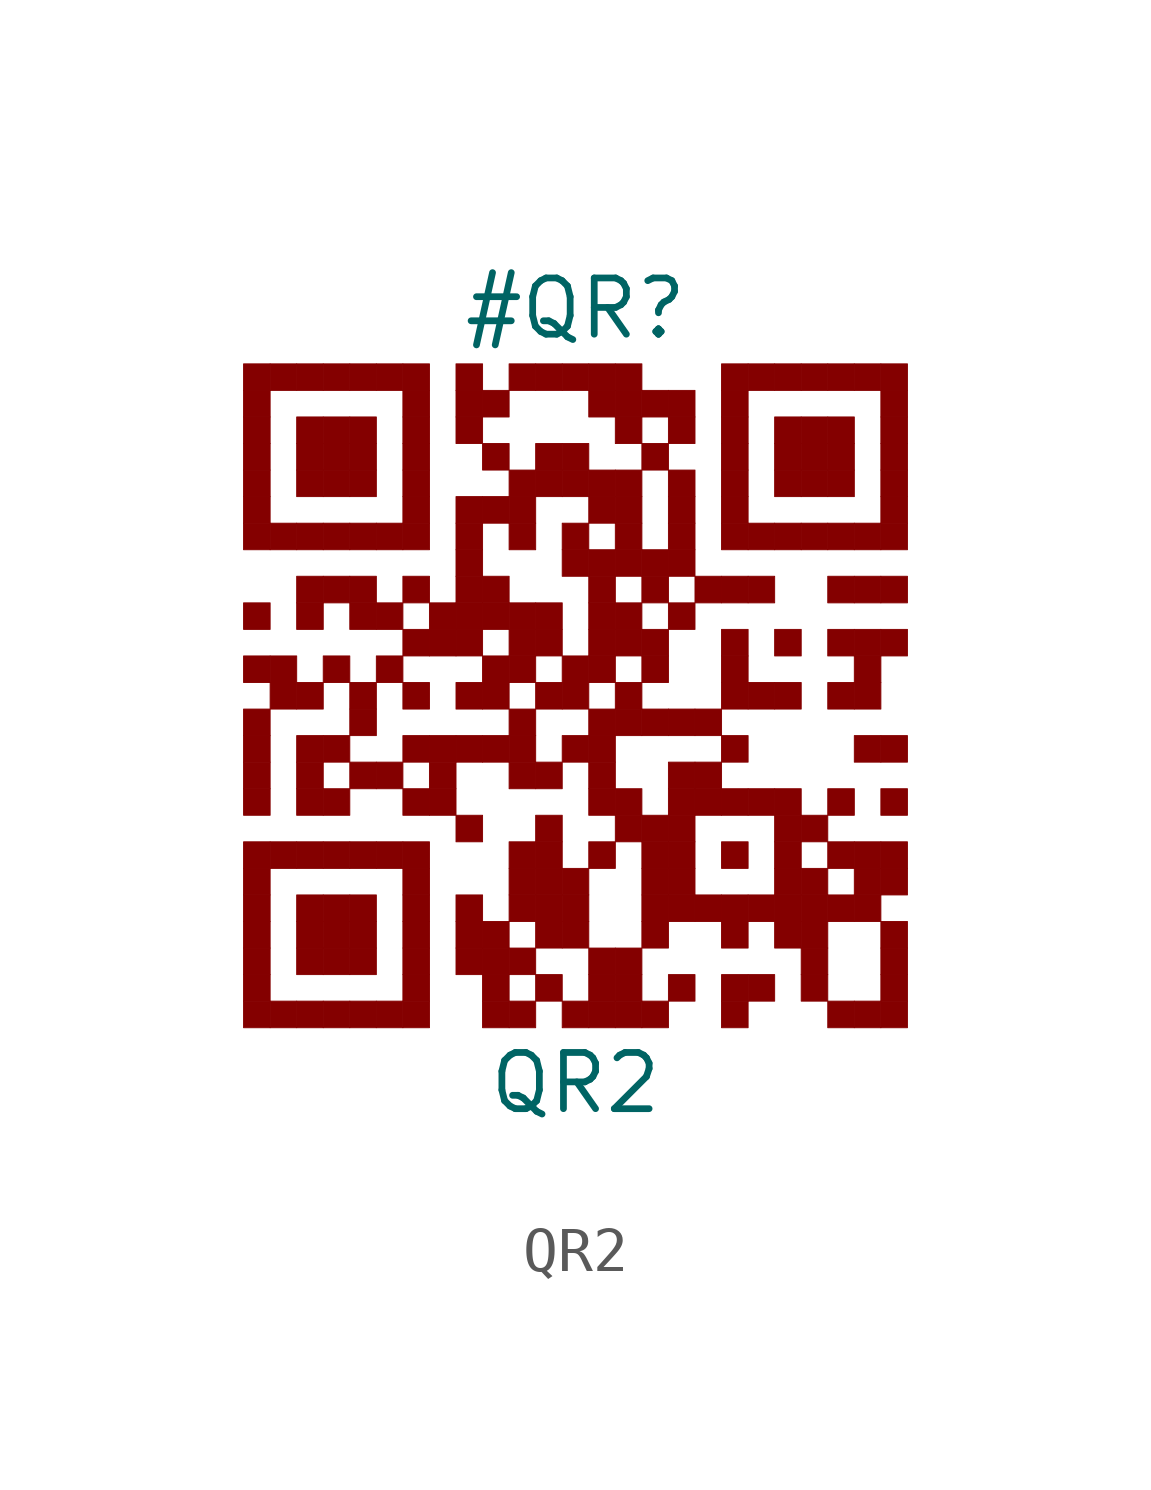
<source format=kicad_sym>
(kicad_symbol_lib
  (version 20241209)
  (generator "kicad_symbol_editor")
  (generator_version "9.0")
  (symbol "QR2"
    (pin_numbers
      (hide yes))
    (pin_names
      (hide yes))
    (property "Reference" "#QR"
      (at 0 8.75 0)
      (effects (font (size 1.27 1.27))))
    (property "Value" "QR2"
      (at 0 -8.75 0)
      (effects (font (size 1.27 1.27))))
    (symbol "QR2_1_1"
      (rectangle (start -7.5 7.5) (end -6.9 6.9) (stroke (width 0.001) (type default)) (fill (type outline)))
      (rectangle (start -7.5 6.9) (end -6.9 6.3) (stroke (width 0.001) (type default)) (fill (type outline)))
      (rectangle (start -7.5 6.3) (end -6.9 5.7) (stroke (width 0.001) (type default)) (fill (type outline)))
      (rectangle (start -7.5 5.7) (end -6.9 5.1) (stroke (width 0.001) (type default)) (fill (type outline)))
      (rectangle (start -7.5 5.1) (end -6.9 4.5) (stroke (width 0.001) (type default)) (fill (type outline)))
      (rectangle (start -7.5 4.5) (end -6.9 3.9) (stroke (width 0.001) (type default)) (fill (type outline)))
      (rectangle (start -7.5 3.9) (end -6.9 3.3) (stroke (width 0.001) (type default)) (fill (type outline)))
      (rectangle (start -7.5 2.1) (end -6.9 1.5) (stroke (width 0.001) (type default)) (fill (type outline)))
      (rectangle (start -7.5 0.9) (end -6.9 0.3) (stroke (width 0.001) (type default)) (fill (type outline)))
      (rectangle (start -7.5 -0.3) (end -6.9 -0.9) (stroke (width 0.001) (type default)) (fill (type outline)))
      (rectangle (start -7.5 -0.9) (end -6.9 -1.5) (stroke (width 0.001) (type default)) (fill (type outline)))
      (rectangle (start -7.5 -1.5) (end -6.9 -2.1) (stroke (width 0.001) (type default)) (fill (type outline)))
      (rectangle (start -7.5 -2.1) (end -6.9 -2.7) (stroke (width 0.001) (type default)) (fill (type outline)))
      (rectangle (start -7.5 -3.3) (end -6.9 -3.9) (stroke (width 0.001) (type default)) (fill (type outline)))
      (rectangle (start -7.5 -3.9) (end -6.9 -4.5) (stroke (width 0.001) (type default)) (fill (type outline)))
      (rectangle (start -7.5 -4.5) (end -6.9 -5.1) (stroke (width 0.001) (type default)) (fill (type outline)))
      (rectangle (start -7.5 -5.1) (end -6.9 -5.7) (stroke (width 0.001) (type default)) (fill (type outline)))
      (rectangle (start -7.5 -5.7) (end -6.9 -6.3) (stroke (width 0.001) (type default)) (fill (type outline)))
      (rectangle (start -7.5 -6.3) (end -6.9 -6.9) (stroke (width 0.001) (type default)) (fill (type outline)))
      (rectangle (start -7.5 -6.9) (end -6.9 -7.5) (stroke (width 0.001) (type default)) (fill (type outline)))
      (rectangle (start -6.9 7.5) (end -6.3 6.9) (stroke (width 0.001) (type default)) (fill (type outline)))
      (rectangle (start -6.9 3.9) (end -6.3 3.3) (stroke (width 0.001) (type default)) (fill (type outline)))
      (rectangle (start -6.9 0.9) (end -6.3 0.3) (stroke (width 0.001) (type default)) (fill (type outline)))
      (rectangle (start -6.9 0.3) (end -6.3 -0.3) (stroke (width 0.001) (type default)) (fill (type outline)))
      (rectangle (start -6.9 -3.3) (end -6.3 -3.9) (stroke (width 0.001) (type default)) (fill (type outline)))
      (rectangle (start -6.9 -6.9) (end -6.3 -7.5) (stroke (width 0.001) (type default)) (fill (type outline)))
      (rectangle (start -6.3 7.5) (end -5.7 6.9) (stroke (width 0.001) (type default)) (fill (type outline)))
      (rectangle (start -6.3 6.3) (end -5.7 5.7) (stroke (width 0.001) (type default)) (fill (type outline)))
      (rectangle (start -6.3 5.7) (end -5.7 5.1) (stroke (width 0.001) (type default)) (fill (type outline)))
      (rectangle (start -6.3 5.1) (end -5.7 4.5) (stroke (width 0.001) (type default)) (fill (type outline)))
      (rectangle (start -6.3 3.9) (end -5.7 3.3) (stroke (width 0.001) (type default)) (fill (type outline)))
      (rectangle (start -6.3 2.7) (end -5.7 2.1) (stroke (width 0.001) (type default)) (fill (type outline)))
      (rectangle (start -6.3 2.1) (end -5.7 1.5) (stroke (width 0.001) (type default)) (fill (type outline)))
      (rectangle (start -6.3 0.3) (end -5.7 -0.3) (stroke (width 0.001) (type default)) (fill (type outline)))
      (rectangle (start -6.3 -0.9) (end -5.7 -1.5) (stroke (width 0.001) (type default)) (fill (type outline)))
      (rectangle (start -6.3 -1.5) (end -5.7 -2.1) (stroke (width 0.001) (type default)) (fill (type outline)))
      (rectangle (start -6.3 -2.1) (end -5.7 -2.7) (stroke (width 0.001) (type default)) (fill (type outline)))
      (rectangle (start -6.3 -3.3) (end -5.7 -3.9) (stroke (width 0.001) (type default)) (fill (type outline)))
      (rectangle (start -6.3 -4.5) (end -5.7 -5.1) (stroke (width 0.001) (type default)) (fill (type outline)))
      (rectangle (start -6.3 -5.1) (end -5.7 -5.7) (stroke (width 0.001) (type default)) (fill (type outline)))
      (rectangle (start -6.3 -5.7) (end -5.7 -6.3) (stroke (width 0.001) (type default)) (fill (type outline)))
      (rectangle (start -6.3 -6.9) (end -5.7 -7.5) (stroke (width 0.001) (type default)) (fill (type outline)))
      (rectangle (start -5.7 7.5) (end -5.1 6.9) (stroke (width 0.001) (type default)) (fill (type outline)))
      (rectangle (start -5.7 6.3) (end -5.1 5.7) (stroke (width 0.001) (type default)) (fill (type outline)))
      (rectangle (start -5.7 5.7) (end -5.1 5.1) (stroke (width 0.001) (type default)) (fill (type outline)))
      (rectangle (start -5.7 5.1) (end -5.1 4.5) (stroke (width 0.001) (type default)) (fill (type outline)))
      (rectangle (start -5.7 3.9) (end -5.1 3.3) (stroke (width 0.001) (type default)) (fill (type outline)))
      (rectangle (start -5.7 2.7) (end -5.1 2.1) (stroke (width 0.001) (type default)) (fill (type outline)))
      (rectangle (start -5.7 0.9) (end -5.1 0.3) (stroke (width 0.001) (type default)) (fill (type outline)))
      (rectangle (start -5.7 -0.9) (end -5.1 -1.5) (stroke (width 0.001) (type default)) (fill (type outline)))
      (rectangle (start -5.7 -2.1) (end -5.1 -2.7) (stroke (width 0.001) (type default)) (fill (type outline)))
      (rectangle (start -5.7 -3.3) (end -5.1 -3.9) (stroke (width 0.001) (type default)) (fill (type outline)))
      (rectangle (start -5.7 -4.5) (end -5.1 -5.1) (stroke (width 0.001) (type default)) (fill (type outline)))
      (rectangle (start -5.7 -5.1) (end -5.1 -5.7) (stroke (width 0.001) (type default)) (fill (type outline)))
      (rectangle (start -5.7 -5.7) (end -5.1 -6.3) (stroke (width 0.001) (type default)) (fill (type outline)))
      (rectangle (start -5.7 -6.9) (end -5.1 -7.5) (stroke (width 0.001) (type default)) (fill (type outline)))
      (rectangle (start -5.1 7.5) (end -4.5 6.9) (stroke (width 0.001) (type default)) (fill (type outline)))
      (rectangle (start -5.1 6.3) (end -4.5 5.7) (stroke (width 0.001) (type default)) (fill (type outline)))
      (rectangle (start -5.1 5.7) (end -4.5 5.1) (stroke (width 0.001) (type default)) (fill (type outline)))
      (rectangle (start -5.1 5.1) (end -4.5 4.5) (stroke (width 0.001) (type default)) (fill (type outline)))
      (rectangle (start -5.1 3.9) (end -4.5 3.3) (stroke (width 0.001) (type default)) (fill (type outline)))
      (rectangle (start -5.1 2.7) (end -4.5 2.1) (stroke (width 0.001) (type default)) (fill (type outline)))
      (rectangle (start -5.1 2.1) (end -4.5 1.5) (stroke (width 0.001) (type default)) (fill (type outline)))
      (rectangle (start -5.1 0.3) (end -4.5 -0.3) (stroke (width 0.001) (type default)) (fill (type outline)))
      (rectangle (start -5.1 -0.3) (end -4.5 -0.9) (stroke (width 0.001) (type default)) (fill (type outline)))
      (rectangle (start -5.1 -1.5) (end -4.5 -2.1) (stroke (width 0.001) (type default)) (fill (type outline)))
      (rectangle (start -5.1 -3.3) (end -4.5 -3.9) (stroke (width 0.001) (type default)) (fill (type outline)))
      (rectangle (start -5.1 -4.5) (end -4.5 -5.1) (stroke (width 0.001) (type default)) (fill (type outline)))
      (rectangle (start -5.1 -5.1) (end -4.5 -5.7) (stroke (width 0.001) (type default)) (fill (type outline)))
      (rectangle (start -5.1 -5.7) (end -4.5 -6.3) (stroke (width 0.001) (type default)) (fill (type outline)))
      (rectangle (start -5.1 -6.9) (end -4.5 -7.5) (stroke (width 0.001) (type default)) (fill (type outline)))
      (rectangle (start -4.5 7.5) (end -3.9 6.9) (stroke (width 0.001) (type default)) (fill (type outline)))
      (rectangle (start -4.5 3.9) (end -3.9 3.3) (stroke (width 0.001) (type default)) (fill (type outline)))
      (rectangle (start -4.5 2.1) (end -3.9 1.5) (stroke (width 0.001) (type default)) (fill (type outline)))
      (rectangle (start -4.5 0.9) (end -3.9 0.3) (stroke (width 0.001) (type default)) (fill (type outline)))
      (rectangle (start -4.5 -1.5) (end -3.9 -2.1) (stroke (width 0.001) (type default)) (fill (type outline)))
      (rectangle (start -4.5 -3.3) (end -3.9 -3.9) (stroke (width 0.001) (type default)) (fill (type outline)))
      (rectangle (start -4.5 -6.9) (end -3.9 -7.5) (stroke (width 0.001) (type default)) (fill (type outline)))
      (rectangle (start -3.9 7.5) (end -3.3 6.9) (stroke (width 0.001) (type default)) (fill (type outline)))
      (rectangle (start -3.9 6.9) (end -3.3 6.3) (stroke (width 0.001) (type default)) (fill (type outline)))
      (rectangle (start -3.9 6.3) (end -3.3 5.7) (stroke (width 0.001) (type default)) (fill (type outline)))
      (rectangle (start -3.9 5.7) (end -3.3 5.1) (stroke (width 0.001) (type default)) (fill (type outline)))
      (rectangle (start -3.9 5.1) (end -3.3 4.5) (stroke (width 0.001) (type default)) (fill (type outline)))
      (rectangle (start -3.9 4.5) (end -3.3 3.9) (stroke (width 0.001) (type default)) (fill (type outline)))
      (rectangle (start -3.9 3.9) (end -3.3 3.3) (stroke (width 0.001) (type default)) (fill (type outline)))
      (rectangle (start -3.9 2.7) (end -3.3 2.1) (stroke (width 0.001) (type default)) (fill (type outline)))
      (rectangle (start -3.9 1.5) (end -3.3 0.9) (stroke (width 0.001) (type default)) (fill (type outline)))
      (rectangle (start -3.9 0.3) (end -3.3 -0.3) (stroke (width 0.001) (type default)) (fill (type outline)))
      (rectangle (start -3.9 -0.9) (end -3.3 -1.5) (stroke (width 0.001) (type default)) (fill (type outline)))
      (rectangle (start -3.9 -2.1) (end -3.3 -2.7) (stroke (width 0.001) (type default)) (fill (type outline)))
      (rectangle (start -3.9 -3.3) (end -3.3 -3.9) (stroke (width 0.001) (type default)) (fill (type outline)))
      (rectangle (start -3.9 -3.9) (end -3.3 -4.5) (stroke (width 0.001) (type default)) (fill (type outline)))
      (rectangle (start -3.9 -4.5) (end -3.3 -5.1) (stroke (width 0.001) (type default)) (fill (type outline)))
      (rectangle (start -3.9 -5.1) (end -3.3 -5.7) (stroke (width 0.001) (type default)) (fill (type outline)))
      (rectangle (start -3.9 -5.7) (end -3.3 -6.3) (stroke (width 0.001) (type default)) (fill (type outline)))
      (rectangle (start -3.9 -6.3) (end -3.3 -6.9) (stroke (width 0.001) (type default)) (fill (type outline)))
      (rectangle (start -3.9 -6.9) (end -3.3 -7.5) (stroke (width 0.001) (type default)) (fill (type outline)))
      (rectangle (start -3.3 2.1) (end -2.7 1.5) (stroke (width 0.001) (type default)) (fill (type outline)))
      (rectangle (start -3.3 1.5) (end -2.7 0.9) (stroke (width 0.001) (type default)) (fill (type outline)))
      (rectangle (start -3.3 -0.9) (end -2.7 -1.5) (stroke (width 0.001) (type default)) (fill (type outline)))
      (rectangle (start -3.3 -1.5) (end -2.7 -2.1) (stroke (width 0.001) (type default)) (fill (type outline)))
      (rectangle (start -3.3 -2.1) (end -2.7 -2.7) (stroke (width 0.001) (type default)) (fill (type outline)))
      (rectangle (start -2.7 7.5) (end -2.1 6.9) (stroke (width 0.001) (type default)) (fill (type outline)))
      (rectangle (start -2.7 6.9) (end -2.1 6.3) (stroke (width 0.001) (type default)) (fill (type outline)))
      (rectangle (start -2.7 6.3) (end -2.1 5.7) (stroke (width 0.001) (type default)) (fill (type outline)))
      (rectangle (start -2.7 4.5) (end -2.1 3.9) (stroke (width 0.001) (type default)) (fill (type outline)))
      (rectangle (start -2.7 3.9) (end -2.1 3.3) (stroke (width 0.001) (type default)) (fill (type outline)))
      (rectangle (start -2.7 3.3) (end -2.1 2.7) (stroke (width 0.001) (type default)) (fill (type outline)))
      (rectangle (start -2.7 2.7) (end -2.1 2.1) (stroke (width 0.001) (type default)) (fill (type outline)))
      (rectangle (start -2.7 2.1) (end -2.1 1.5) (stroke (width 0.001) (type default)) (fill (type outline)))
      (rectangle (start -2.7 1.5) (end -2.1 0.9) (stroke (width 0.001) (type default)) (fill (type outline)))
      (rectangle (start -2.7 0.3) (end -2.1 -0.3) (stroke (width 0.001) (type default)) (fill (type outline)))
      (rectangle (start -2.7 -0.9) (end -2.1 -1.5) (stroke (width 0.001) (type default)) (fill (type outline)))
      (rectangle (start -2.7 -2.7) (end -2.1 -3.3) (stroke (width 0.001) (type default)) (fill (type outline)))
      (rectangle (start -2.7 -4.5) (end -2.1 -5.1) (stroke (width 0.001) (type default)) (fill (type outline)))
      (rectangle (start -2.7 -5.1) (end -2.1 -5.7) (stroke (width 0.001) (type default)) (fill (type outline)))
      (rectangle (start -2.7 -5.7) (end -2.1 -6.3) (stroke (width 0.001) (type default)) (fill (type outline)))
      (rectangle (start -2.1 6.9) (end -1.5 6.3) (stroke (width 0.001) (type default)) (fill (type outline)))
      (rectangle (start -2.1 5.7) (end -1.5 5.1) (stroke (width 0.001) (type default)) (fill (type outline)))
      (rectangle (start -2.1 4.5) (end -1.5 3.9) (stroke (width 0.001) (type default)) (fill (type outline)))
      (rectangle (start -2.1 2.7) (end -1.5 2.1) (stroke (width 0.001) (type default)) (fill (type outline)))
      (rectangle (start -2.1 2.1) (end -1.5 1.5) (stroke (width 0.001) (type default)) (fill (type outline)))
      (rectangle (start -2.1 0.9) (end -1.5 0.3) (stroke (width 0.001) (type default)) (fill (type outline)))
      (rectangle (start -2.1 0.3) (end -1.5 -0.3) (stroke (width 0.001) (type default)) (fill (type outline)))
      (rectangle (start -2.1 -0.9) (end -1.5 -1.5) (stroke (width 0.001) (type default)) (fill (type outline)))
      (rectangle (start -2.1 -5.1) (end -1.5 -5.7) (stroke (width 0.001) (type default)) (fill (type outline)))
      (rectangle (start -2.1 -5.7) (end -1.5 -6.3) (stroke (width 0.001) (type default)) (fill (type outline)))
      (rectangle (start -2.1 -6.3) (end -1.5 -6.9) (stroke (width 0.001) (type default)) (fill (type outline)))
      (rectangle (start -2.1 -6.9) (end -1.5 -7.5) (stroke (width 0.001) (type default)) (fill (type outline)))
      (rectangle (start -1.5 7.5) (end -0.9 6.9) (stroke (width 0.001) (type default)) (fill (type outline)))
      (rectangle (start -1.5 5.1) (end -0.9 4.5) (stroke (width 0.001) (type default)) (fill (type outline)))
      (rectangle (start -1.5 4.5) (end -0.9 3.9) (stroke (width 0.001) (type default)) (fill (type outline)))
      (rectangle (start -1.5 3.9) (end -0.9 3.3) (stroke (width 0.001) (type default)) (fill (type outline)))
      (rectangle (start -1.5 2.1) (end -0.9 1.5) (stroke (width 0.001) (type default)) (fill (type outline)))
      (rectangle (start -1.5 1.5) (end -0.9 0.9) (stroke (width 0.001) (type default)) (fill (type outline)))
      (rectangle (start -1.5 0.9) (end -0.9 0.3) (stroke (width 0.001) (type default)) (fill (type outline)))
      (rectangle (start -1.5 -0.3) (end -0.9 -0.9) (stroke (width 0.001) (type default)) (fill (type outline)))
      (rectangle (start -1.5 -0.9) (end -0.9 -1.5) (stroke (width 0.001) (type default)) (fill (type outline)))
      (rectangle (start -1.5 -1.5) (end -0.9 -2.1) (stroke (width 0.001) (type default)) (fill (type outline)))
      (rectangle (start -1.5 -3.3) (end -0.9 -3.9) (stroke (width 0.001) (type default)) (fill (type outline)))
      (rectangle (start -1.5 -3.9) (end -0.9 -4.5) (stroke (width 0.001) (type default)) (fill (type outline)))
      (rectangle (start -1.5 -4.5) (end -0.9 -5.1) (stroke (width 0.001) (type default)) (fill (type outline)))
      (rectangle (start -1.5 -5.7) (end -0.9 -6.3) (stroke (width 0.001) (type default)) (fill (type outline)))
      (rectangle (start -1.5 -6.9) (end -0.9 -7.5) (stroke (width 0.001) (type default)) (fill (type outline)))
      (rectangle (start -0.9 7.5) (end -0.3 6.9) (stroke (width 0.001) (type default)) (fill (type outline)))
      (rectangle (start -0.9 5.7) (end -0.3 5.1) (stroke (width 0.001) (type default)) (fill (type outline)))
      (rectangle (start -0.9 5.1) (end -0.3 4.5) (stroke (width 0.001) (type default)) (fill (type outline)))
      (rectangle (start -0.9 2.1) (end -0.3 1.5) (stroke (width 0.001) (type default)) (fill (type outline)))
      (rectangle (start -0.9 1.5) (end -0.3 0.9) (stroke (width 0.001) (type default)) (fill (type outline)))
      (rectangle (start -0.9 0.3) (end -0.3 -0.3) (stroke (width 0.001) (type default)) (fill (type outline)))
      (rectangle (start -0.9 -1.5) (end -0.3 -2.1) (stroke (width 0.001) (type default)) (fill (type outline)))
      (rectangle (start -0.9 -2.7) (end -0.3 -3.3) (stroke (width 0.001) (type default)) (fill (type outline)))
      (rectangle (start -0.9 -3.3) (end -0.3 -3.9) (stroke (width 0.001) (type default)) (fill (type outline)))
      (rectangle (start -0.9 -3.9) (end -0.3 -4.5) (stroke (width 0.001) (type default)) (fill (type outline)))
      (rectangle (start -0.9 -4.5) (end -0.3 -5.1) (stroke (width 0.001) (type default)) (fill (type outline)))
      (rectangle (start -0.9 -5.1) (end -0.3 -5.7) (stroke (width 0.001) (type default)) (fill (type outline)))
      (rectangle (start -0.9 -6.3) (end -0.3 -6.9) (stroke (width 0.001) (type default)) (fill (type outline)))
      (rectangle (start -0.3 7.5) (end 0.3 6.9) (stroke (width 0.001) (type default)) (fill (type outline)))
      (rectangle (start -0.3 5.7) (end 0.3 5.1) (stroke (width 0.001) (type default)) (fill (type outline)))
      (rectangle (start -0.3 5.1) (end 0.3 4.5) (stroke (width 0.001) (type default)) (fill (type outline)))
      (rectangle (start -0.3 3.9) (end 0.3 3.3) (stroke (width 0.001) (type default)) (fill (type outline)))
      (rectangle (start -0.3 3.3) (end 0.3 2.7) (stroke (width 0.001) (type default)) (fill (type outline)))
      (rectangle (start -0.3 0.9) (end 0.3 0.3) (stroke (width 0.001) (type default)) (fill (type outline)))
      (rectangle (start -0.3 0.3) (end 0.3 -0.3) (stroke (width 0.001) (type default)) (fill (type outline)))
      (rectangle (start -0.3 -0.9) (end 0.3 -1.5) (stroke (width 0.001) (type default)) (fill (type outline)))
      (rectangle (start -0.3 -3.9) (end 0.3 -4.5) (stroke (width 0.001) (type default)) (fill (type outline)))
      (rectangle (start -0.3 -4.5) (end 0.3 -5.1) (stroke (width 0.001) (type default)) (fill (type outline)))
      (rectangle (start -0.3 -5.1) (end 0.3 -5.7) (stroke (width 0.001) (type default)) (fill (type outline)))
      (rectangle (start -0.3 -6.9) (end 0.3 -7.5) (stroke (width 0.001) (type default)) (fill (type outline)))
      (rectangle (start 0.3 7.5) (end 0.9 6.9) (stroke (width 0.001) (type default)) (fill (type outline)))
      (rectangle (start 0.3 6.9) (end 0.9 6.3) (stroke (width 0.001) (type default)) (fill (type outline)))
      (rectangle (start 0.3 5.1) (end 0.9 4.5) (stroke (width 0.001) (type default)) (fill (type outline)))
      (rectangle (start 0.3 4.5) (end 0.9 3.9) (stroke (width 0.001) (type default)) (fill (type outline)))
      (rectangle (start 0.3 3.3) (end 0.9 2.7) (stroke (width 0.001) (type default)) (fill (type outline)))
      (rectangle (start 0.3 2.7) (end 0.9 2.1) (stroke (width 0.001) (type default)) (fill (type outline)))
      (rectangle (start 0.3 2.1) (end 0.9 1.5) (stroke (width 0.001) (type default)) (fill (type outline)))
      (rectangle (start 0.3 1.5) (end 0.9 0.9) (stroke (width 0.001) (type default)) (fill (type outline)))
      (rectangle (start 0.3 0.9) (end 0.9 0.3) (stroke (width 0.001) (type default)) (fill (type outline)))
      (rectangle (start 0.3 -0.3) (end 0.9 -0.9) (stroke (width 0.001) (type default)) (fill (type outline)))
      (rectangle (start 0.3 -0.9) (end 0.9 -1.5) (stroke (width 0.001) (type default)) (fill (type outline)))
      (rectangle (start 0.3 -1.5) (end 0.9 -2.1) (stroke (width 0.001) (type default)) (fill (type outline)))
      (rectangle (start 0.3 -2.1) (end 0.9 -2.7) (stroke (width 0.001) (type default)) (fill (type outline)))
      (rectangle (start 0.3 -3.3) (end 0.9 -3.9) (stroke (width 0.001) (type default)) (fill (type outline)))
      (rectangle (start 0.3 -5.7) (end 0.9 -6.3) (stroke (width 0.001) (type default)) (fill (type outline)))
      (rectangle (start 0.3 -6.3) (end 0.9 -6.9) (stroke (width 0.001) (type default)) (fill (type outline)))
      (rectangle (start 0.3 -6.9) (end 0.9 -7.5) (stroke (width 0.001) (type default)) (fill (type outline)))
      (rectangle (start 0.9 7.5) (end 1.5 6.9) (stroke (width 0.001) (type default)) (fill (type outline)))
      (rectangle (start 0.9 6.9) (end 1.5 6.3) (stroke (width 0.001) (type default)) (fill (type outline)))
      (rectangle (start 0.9 6.3) (end 1.5 5.7) (stroke (width 0.001) (type default)) (fill (type outline)))
      (rectangle (start 0.9 5.1) (end 1.5 4.5) (stroke (width 0.001) (type default)) (fill (type outline)))
      (rectangle (start 0.9 4.5) (end 1.5 3.9) (stroke (width 0.001) (type default)) (fill (type outline)))
      (rectangle (start 0.9 3.9) (end 1.5 3.3) (stroke (width 0.001) (type default)) (fill (type outline)))
      (rectangle (start 0.9 3.3) (end 1.5 2.7) (stroke (width 0.001) (type default)) (fill (type outline)))
      (rectangle (start 0.9 2.1) (end 1.5 1.5) (stroke (width 0.001) (type default)) (fill (type outline)))
      (rectangle (start 0.9 1.5) (end 1.5 0.9) (stroke (width 0.001) (type default)) (fill (type outline)))
      (rectangle (start 0.9 0.3) (end 1.5 -0.3) (stroke (width 0.001) (type default)) (fill (type outline)))
      (rectangle (start 0.9 -0.3) (end 1.5 -0.9) (stroke (width 0.001) (type default)) (fill (type outline)))
      (rectangle (start 0.9 -2.1) (end 1.5 -2.7) (stroke (width 0.001) (type default)) (fill (type outline)))
      (rectangle (start 0.9 -2.7) (end 1.5 -3.3) (stroke (width 0.001) (type default)) (fill (type outline)))
      (rectangle (start 0.9 -5.7) (end 1.5 -6.3) (stroke (width 0.001) (type default)) (fill (type outline)))
      (rectangle (start 0.9 -6.3) (end 1.5 -6.9) (stroke (width 0.001) (type default)) (fill (type outline)))
      (rectangle (start 0.9 -6.9) (end 1.5 -7.5) (stroke (width 0.001) (type default)) (fill (type outline)))
      (rectangle (start 1.5 6.9) (end 2.1 6.3) (stroke (width 0.001) (type default)) (fill (type outline)))
      (rectangle (start 1.5 5.7) (end 2.1 5.1) (stroke (width 0.001) (type default)) (fill (type outline)))
      (rectangle (start 1.5 3.3) (end 2.1 2.7) (stroke (width 0.001) (type default)) (fill (type outline)))
      (rectangle (start 1.5 2.7) (end 2.1 2.1) (stroke (width 0.001) (type default)) (fill (type outline)))
      (rectangle (start 1.5 1.5) (end 2.1 0.9) (stroke (width 0.001) (type default)) (fill (type outline)))
      (rectangle (start 1.5 0.9) (end 2.1 0.3) (stroke (width 0.001) (type default)) (fill (type outline)))
      (rectangle (start 1.5 -0.3) (end 2.1 -0.9) (stroke (width 0.001) (type default)) (fill (type outline)))
      (rectangle (start 1.5 -2.7) (end 2.1 -3.3) (stroke (width 0.001) (type default)) (fill (type outline)))
      (rectangle (start 1.5 -3.3) (end 2.1 -3.9) (stroke (width 0.001) (type default)) (fill (type outline)))
      (rectangle (start 1.5 -3.9) (end 2.1 -4.5) (stroke (width 0.001) (type default)) (fill (type outline)))
      (rectangle (start 1.5 -4.5) (end 2.1 -5.1) (stroke (width 0.001) (type default)) (fill (type outline)))
      (rectangle (start 1.5 -5.1) (end 2.1 -5.7) (stroke (width 0.001) (type default)) (fill (type outline)))
      (rectangle (start 1.5 -6.9) (end 2.1 -7.5) (stroke (width 0.001) (type default)) (fill (type outline)))
      (rectangle (start 2.1 6.9) (end 2.7 6.3) (stroke (width 0.001) (type default)) (fill (type outline)))
      (rectangle (start 2.1 6.3) (end 2.7 5.7) (stroke (width 0.001) (type default)) (fill (type outline)))
      (rectangle (start 2.1 5.1) (end 2.7 4.5) (stroke (width 0.001) (type default)) (fill (type outline)))
      (rectangle (start 2.1 4.5) (end 2.7 3.9) (stroke (width 0.001) (type default)) (fill (type outline)))
      (rectangle (start 2.1 3.9) (end 2.7 3.3) (stroke (width 0.001) (type default)) (fill (type outline)))
      (rectangle (start 2.1 3.3) (end 2.7 2.7) (stroke (width 0.001) (type default)) (fill (type outline)))
      (rectangle (start 2.1 2.1) (end 2.7 1.5) (stroke (width 0.001) (type default)) (fill (type outline)))
      (rectangle (start 2.1 -0.3) (end 2.7 -0.9) (stroke (width 0.001) (type default)) (fill (type outline)))
      (rectangle (start 2.1 -1.5) (end 2.7 -2.1) (stroke (width 0.001) (type default)) (fill (type outline)))
      (rectangle (start 2.1 -2.1) (end 2.7 -2.7) (stroke (width 0.001) (type default)) (fill (type outline)))
      (rectangle (start 2.1 -2.7) (end 2.7 -3.3) (stroke (width 0.001) (type default)) (fill (type outline)))
      (rectangle (start 2.1 -3.3) (end 2.7 -3.9) (stroke (width 0.001) (type default)) (fill (type outline)))
      (rectangle (start 2.1 -3.9) (end 2.7 -4.5) (stroke (width 0.001) (type default)) (fill (type outline)))
      (rectangle (start 2.1 -4.5) (end 2.7 -5.1) (stroke (width 0.001) (type default)) (fill (type outline)))
      (rectangle (start 2.1 -6.3) (end 2.7 -6.9) (stroke (width 0.001) (type default)) (fill (type outline)))
      (rectangle (start 2.7 2.7) (end 3.3 2.1) (stroke (width 0.001) (type default)) (fill (type outline)))
      (rectangle (start 2.7 -0.3) (end 3.3 -0.9) (stroke (width 0.001) (type default)) (fill (type outline)))
      (rectangle (start 2.7 -1.5) (end 3.3 -2.1) (stroke (width 0.001) (type default)) (fill (type outline)))
      (rectangle (start 2.7 -2.1) (end 3.3 -2.7) (stroke (width 0.001) (type default)) (fill (type outline)))
      (rectangle (start 2.7 -4.5) (end 3.3 -5.1) (stroke (width 0.001) (type default)) (fill (type outline)))
      (rectangle (start 3.3 7.5) (end 3.9 6.9) (stroke (width 0.001) (type default)) (fill (type outline)))
      (rectangle (start 3.3 6.9) (end 3.9 6.3) (stroke (width 0.001) (type default)) (fill (type outline)))
      (rectangle (start 3.3 6.3) (end 3.9 5.7) (stroke (width 0.001) (type default)) (fill (type outline)))
      (rectangle (start 3.3 5.7) (end 3.9 5.1) (stroke (width 0.001) (type default)) (fill (type outline)))
      (rectangle (start 3.3 5.1) (end 3.9 4.5) (stroke (width 0.001) (type default)) (fill (type outline)))
      (rectangle (start 3.3 4.5) (end 3.9 3.9) (stroke (width 0.001) (type default)) (fill (type outline)))
      (rectangle (start 3.3 3.9) (end 3.9 3.3) (stroke (width 0.001) (type default)) (fill (type outline)))
      (rectangle (start 3.3 2.7) (end 3.9 2.1) (stroke (width 0.001) (type default)) (fill (type outline)))
      (rectangle (start 3.3 1.5) (end 3.9 0.9) (stroke (width 0.001) (type default)) (fill (type outline)))
      (rectangle (start 3.3 0.9) (end 3.9 0.3) (stroke (width 0.001) (type default)) (fill (type outline)))
      (rectangle (start 3.3 0.3) (end 3.9 -0.3) (stroke (width 0.001) (type default)) (fill (type outline)))
      (rectangle (start 3.3 -0.9) (end 3.9 -1.5) (stroke (width 0.001) (type default)) (fill (type outline)))
      (rectangle (start 3.3 -2.1) (end 3.9 -2.7) (stroke (width 0.001) (type default)) (fill (type outline)))
      (rectangle (start 3.3 -3.3) (end 3.9 -3.9) (stroke (width 0.001) (type default)) (fill (type outline)))
      (rectangle (start 3.3 -4.5) (end 3.9 -5.1) (stroke (width 0.001) (type default)) (fill (type outline)))
      (rectangle (start 3.3 -5.1) (end 3.9 -5.7) (stroke (width 0.001) (type default)) (fill (type outline)))
      (rectangle (start 3.3 -6.3) (end 3.9 -6.9) (stroke (width 0.001) (type default)) (fill (type outline)))
      (rectangle (start 3.3 -6.9) (end 3.9 -7.5) (stroke (width 0.001) (type default)) (fill (type outline)))
      (rectangle (start 3.9 7.5) (end 4.5 6.9) (stroke (width 0.001) (type default)) (fill (type outline)))
      (rectangle (start 3.9 3.9) (end 4.5 3.3) (stroke (width 0.001) (type default)) (fill (type outline)))
      (rectangle (start 3.9 2.7) (end 4.5 2.1) (stroke (width 0.001) (type default)) (fill (type outline)))
      (rectangle (start 3.9 0.3) (end 4.5 -0.3) (stroke (width 0.001) (type default)) (fill (type outline)))
      (rectangle (start 3.9 -2.1) (end 4.5 -2.7) (stroke (width 0.001) (type default)) (fill (type outline)))
      (rectangle (start 3.9 -4.5) (end 4.5 -5.1) (stroke (width 0.001) (type default)) (fill (type outline)))
      (rectangle (start 3.9 -6.3) (end 4.5 -6.9) (stroke (width 0.001) (type default)) (fill (type outline)))
      (rectangle (start 4.5 7.5) (end 5.1 6.9) (stroke (width 0.001) (type default)) (fill (type outline)))
      (rectangle (start 4.5 6.3) (end 5.1 5.7) (stroke (width 0.001) (type default)) (fill (type outline)))
      (rectangle (start 4.5 5.7) (end 5.1 5.1) (stroke (width 0.001) (type default)) (fill (type outline)))
      (rectangle (start 4.5 5.1) (end 5.1 4.5) (stroke (width 0.001) (type default)) (fill (type outline)))
      (rectangle (start 4.5 3.9) (end 5.1 3.3) (stroke (width 0.001) (type default)) (fill (type outline)))
      (rectangle (start 4.5 1.5) (end 5.1 0.9) (stroke (width 0.001) (type default)) (fill (type outline)))
      (rectangle (start 4.5 0.3) (end 5.1 -0.3) (stroke (width 0.001) (type default)) (fill (type outline)))
      (rectangle (start 4.5 -2.1) (end 5.1 -2.7) (stroke (width 0.001) (type default)) (fill (type outline)))
      (rectangle (start 4.5 -2.7) (end 5.1 -3.3) (stroke (width 0.001) (type default)) (fill (type outline)))
      (rectangle (start 4.5 -3.3) (end 5.1 -3.9) (stroke (width 0.001) (type default)) (fill (type outline)))
      (rectangle (start 4.5 -3.9) (end 5.1 -4.5) (stroke (width 0.001) (type default)) (fill (type outline)))
      (rectangle (start 4.5 -4.5) (end 5.1 -5.1) (stroke (width 0.001) (type default)) (fill (type outline)))
      (rectangle (start 4.5 -5.1) (end 5.1 -5.7) (stroke (width 0.001) (type default)) (fill (type outline)))
      (rectangle (start 5.1 7.5) (end 5.7 6.9) (stroke (width 0.001) (type default)) (fill (type outline)))
      (rectangle (start 5.1 6.3) (end 5.7 5.7) (stroke (width 0.001) (type default)) (fill (type outline)))
      (rectangle (start 5.1 5.7) (end 5.7 5.1) (stroke (width 0.001) (type default)) (fill (type outline)))
      (rectangle (start 5.1 5.1) (end 5.7 4.5) (stroke (width 0.001) (type default)) (fill (type outline)))
      (rectangle (start 5.1 3.9) (end 5.7 3.3) (stroke (width 0.001) (type default)) (fill (type outline)))
      (rectangle (start 5.1 -2.7) (end 5.7 -3.3) (stroke (width 0.001) (type default)) (fill (type outline)))
      (rectangle (start 5.1 -3.9) (end 5.7 -4.5) (stroke (width 0.001) (type default)) (fill (type outline)))
      (rectangle (start 5.1 -4.5) (end 5.7 -5.1) (stroke (width 0.001) (type default)) (fill (type outline)))
      (rectangle (start 5.1 -5.1) (end 5.7 -5.7) (stroke (width 0.001) (type default)) (fill (type outline)))
      (rectangle (start 5.1 -5.7) (end 5.7 -6.3) (stroke (width 0.001) (type default)) (fill (type outline)))
      (rectangle (start 5.1 -6.3) (end 5.7 -6.9) (stroke (width 0.001) (type default)) (fill (type outline)))
      (rectangle (start 5.7 7.5) (end 6.3 6.9) (stroke (width 0.001) (type default)) (fill (type outline)))
      (rectangle (start 5.7 6.3) (end 6.3 5.7) (stroke (width 0.001) (type default)) (fill (type outline)))
      (rectangle (start 5.7 5.7) (end 6.3 5.1) (stroke (width 0.001) (type default)) (fill (type outline)))
      (rectangle (start 5.7 5.1) (end 6.3 4.5) (stroke (width 0.001) (type default)) (fill (type outline)))
      (rectangle (start 5.7 3.9) (end 6.3 3.3) (stroke (width 0.001) (type default)) (fill (type outline)))
      (rectangle (start 5.7 2.7) (end 6.3 2.1) (stroke (width 0.001) (type default)) (fill (type outline)))
      (rectangle (start 5.7 1.5) (end 6.3 0.9) (stroke (width 0.001) (type default)) (fill (type outline)))
      (rectangle (start 5.7 0.3) (end 6.3 -0.3) (stroke (width 0.001) (type default)) (fill (type outline)))
      (rectangle (start 5.7 -2.1) (end 6.3 -2.7) (stroke (width 0.001) (type default)) (fill (type outline)))
      (rectangle (start 5.7 -3.3) (end 6.3 -3.9) (stroke (width 0.001) (type default)) (fill (type outline)))
      (rectangle (start 5.7 -4.5) (end 6.3 -5.1) (stroke (width 0.001) (type default)) (fill (type outline)))
      (rectangle (start 5.7 -6.9) (end 6.3 -7.5) (stroke (width 0.001) (type default)) (fill (type outline)))
      (rectangle (start 6.3 7.5) (end 6.9 6.9) (stroke (width 0.001) (type default)) (fill (type outline)))
      (rectangle (start 6.3 3.9) (end 6.9 3.3) (stroke (width 0.001) (type default)) (fill (type outline)))
      (rectangle (start 6.3 2.7) (end 6.9 2.1) (stroke (width 0.001) (type default)) (fill (type outline)))
      (rectangle (start 6.3 1.5) (end 6.9 0.9) (stroke (width 0.001) (type default)) (fill (type outline)))
      (rectangle (start 6.3 0.9) (end 6.9 0.3) (stroke (width 0.001) (type default)) (fill (type outline)))
      (rectangle (start 6.3 0.3) (end 6.9 -0.3) (stroke (width 0.001) (type default)) (fill (type outline)))
      (rectangle (start 6.3 -0.9) (end 6.9 -1.5) (stroke (width 0.001) (type default)) (fill (type outline)))
      (rectangle (start 6.3 -3.3) (end 6.9 -3.9) (stroke (width 0.001) (type default)) (fill (type outline)))
      (rectangle (start 6.3 -3.9) (end 6.9 -4.5) (stroke (width 0.001) (type default)) (fill (type outline)))
      (rectangle (start 6.3 -4.5) (end 6.9 -5.1) (stroke (width 0.001) (type default)) (fill (type outline)))
      (rectangle (start 6.3 -6.9) (end 6.9 -7.5) (stroke (width 0.001) (type default)) (fill (type outline)))
      (rectangle (start 6.9 7.5) (end 7.5 6.9) (stroke (width 0.001) (type default)) (fill (type outline)))
      (rectangle (start 6.9 6.9) (end 7.5 6.3) (stroke (width 0.001) (type default)) (fill (type outline)))
      (rectangle (start 6.9 6.3) (end 7.5 5.7) (stroke (width 0.001) (type default)) (fill (type outline)))
      (rectangle (start 6.9 5.7) (end 7.5 5.1) (stroke (width 0.001) (type default)) (fill (type outline)))
      (rectangle (start 6.9 5.1) (end 7.5 4.5) (stroke (width 0.001) (type default)) (fill (type outline)))
      (rectangle (start 6.9 4.5) (end 7.5 3.9) (stroke (width 0.001) (type default)) (fill (type outline)))
      (rectangle (start 6.9 3.9) (end 7.5 3.3) (stroke (width 0.001) (type default)) (fill (type outline)))
      (rectangle (start 6.9 2.7) (end 7.5 2.1) (stroke (width 0.001) (type default)) (fill (type outline)))
      (rectangle (start 6.9 1.5) (end 7.5 0.9) (stroke (width 0.001) (type default)) (fill (type outline)))
      (rectangle (start 6.9 -0.9) (end 7.5 -1.5) (stroke (width 0.001) (type default)) (fill (type outline)))
      (rectangle (start 6.9 -2.1) (end 7.5 -2.7) (stroke (width 0.001) (type default)) (fill (type outline)))
      (rectangle (start 6.9 -3.3) (end 7.5 -3.9) (stroke (width 0.001) (type default)) (fill (type outline)))
      (rectangle (start 6.9 -3.9) (end 7.5 -4.5) (stroke (width 0.001) (type default)) (fill (type outline)))
      (rectangle (start 6.9 -5.1) (end 7.5 -5.7) (stroke (width 0.001) (type default)) (fill (type outline)))
      (rectangle (start 6.9 -5.7) (end 7.5 -6.3) (stroke (width 0.001) (type default)) (fill (type outline)))
      (rectangle (start 6.9 -6.3) (end 7.5 -6.9) (stroke (width 0.001) (type default)) (fill (type outline)))
      (rectangle (start 6.9 -6.9) (end 7.5 -7.5) (stroke (width 0.001) (type default)) (fill (type outline))))))
</source>
